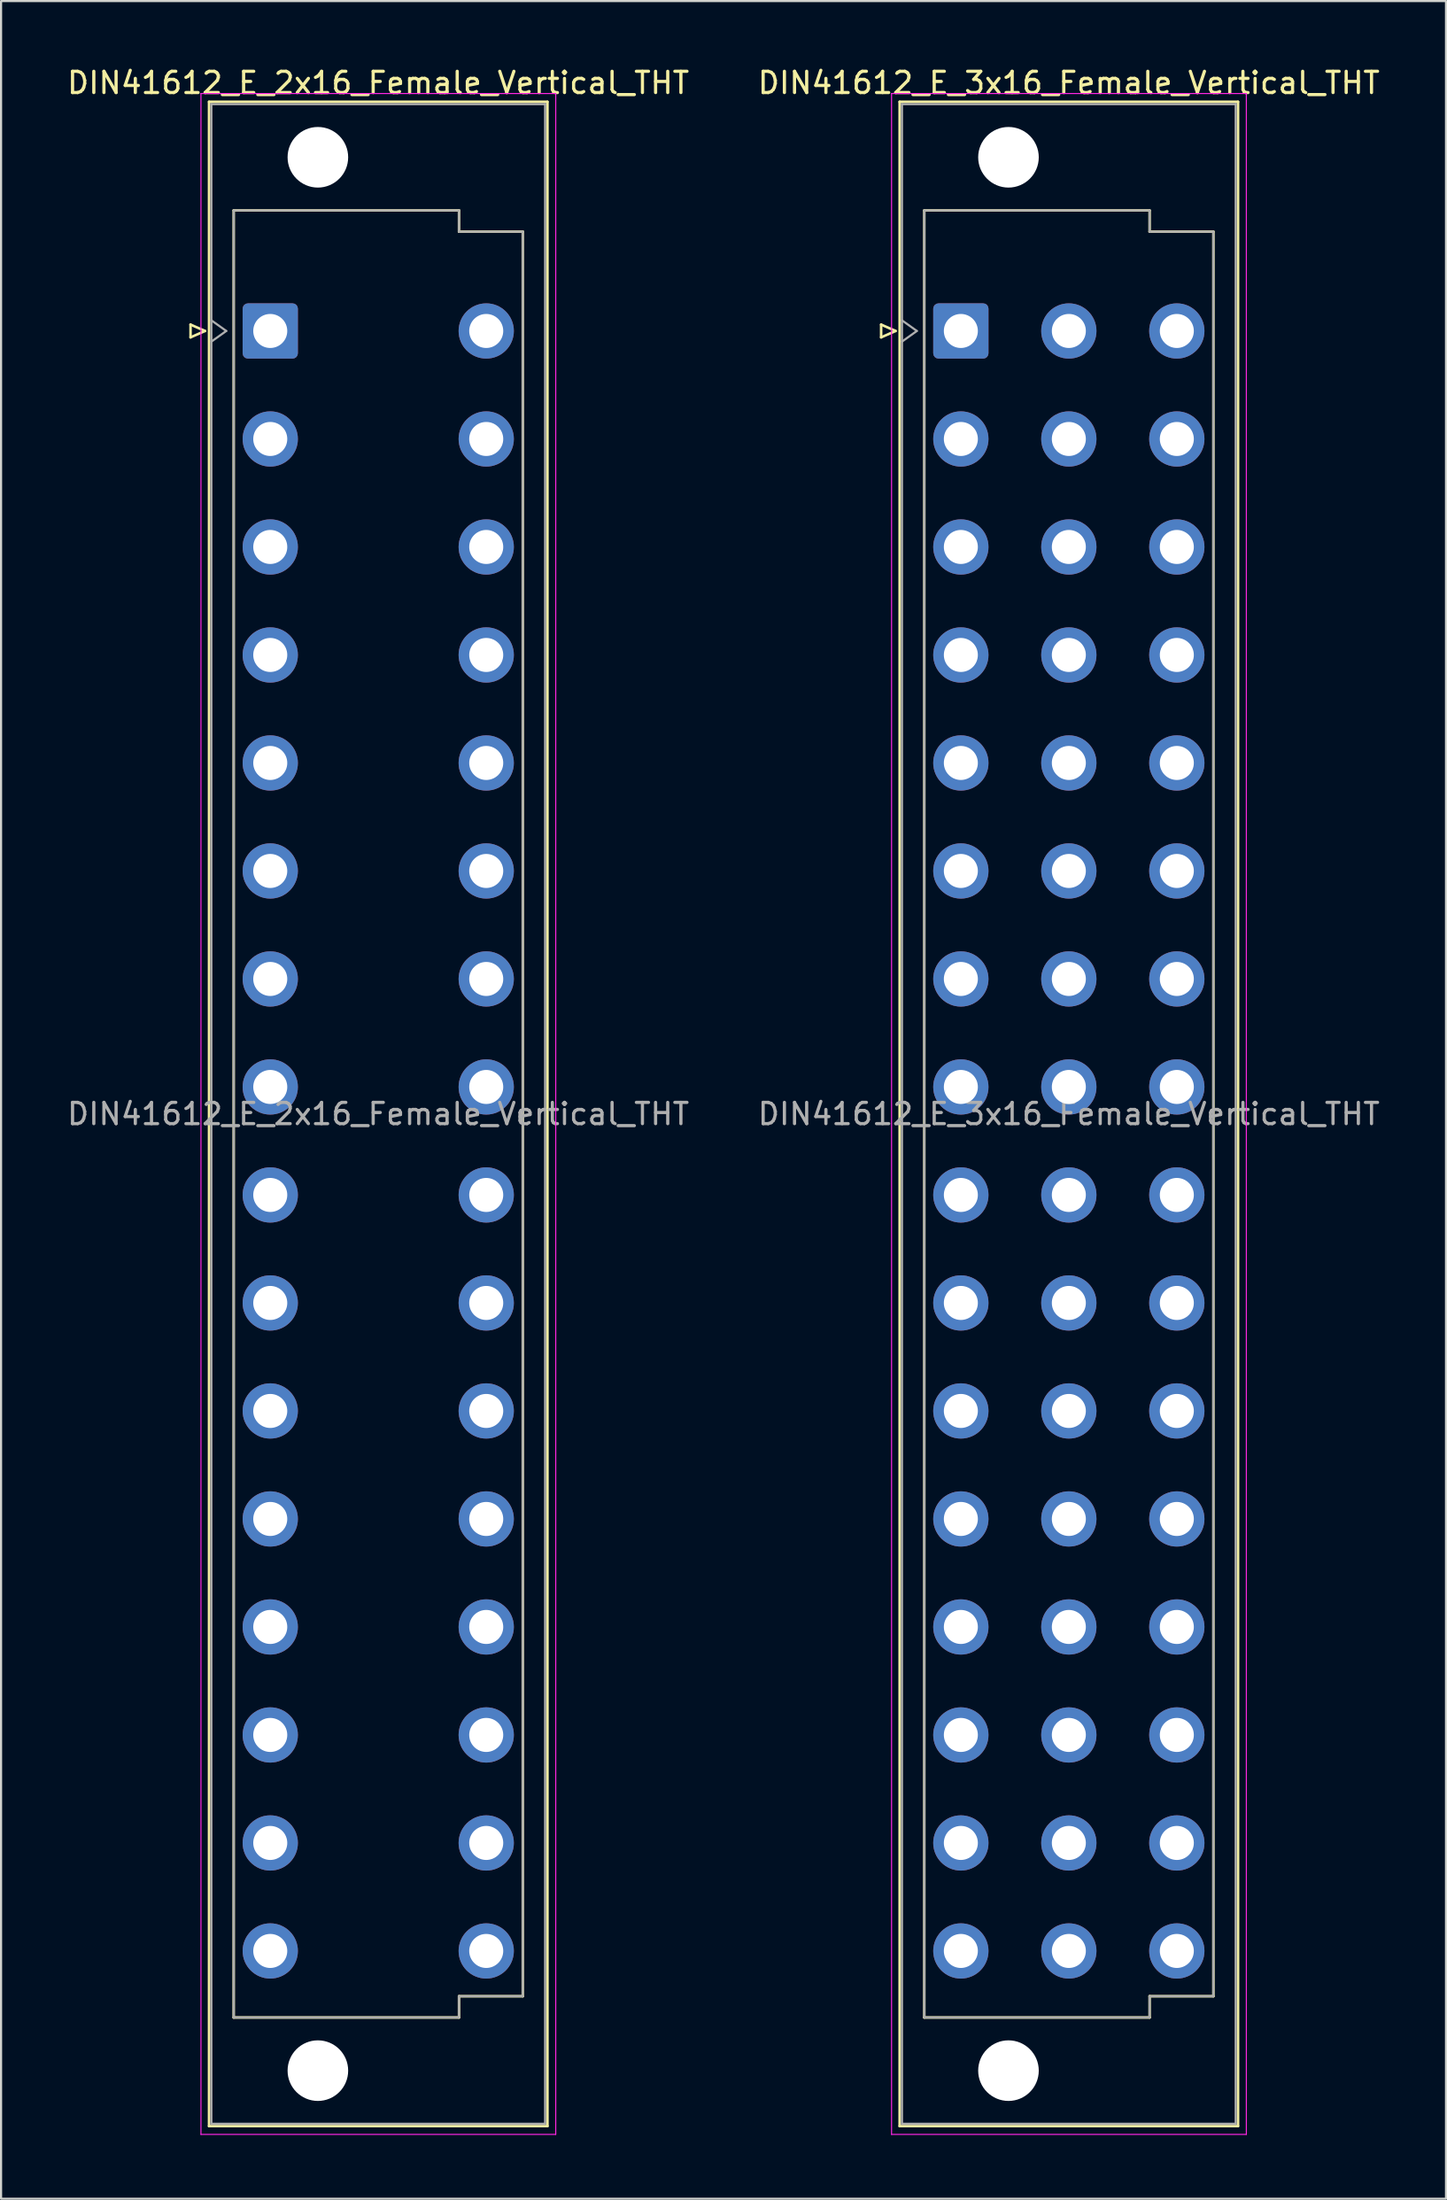
<source format=kicad_pcb>
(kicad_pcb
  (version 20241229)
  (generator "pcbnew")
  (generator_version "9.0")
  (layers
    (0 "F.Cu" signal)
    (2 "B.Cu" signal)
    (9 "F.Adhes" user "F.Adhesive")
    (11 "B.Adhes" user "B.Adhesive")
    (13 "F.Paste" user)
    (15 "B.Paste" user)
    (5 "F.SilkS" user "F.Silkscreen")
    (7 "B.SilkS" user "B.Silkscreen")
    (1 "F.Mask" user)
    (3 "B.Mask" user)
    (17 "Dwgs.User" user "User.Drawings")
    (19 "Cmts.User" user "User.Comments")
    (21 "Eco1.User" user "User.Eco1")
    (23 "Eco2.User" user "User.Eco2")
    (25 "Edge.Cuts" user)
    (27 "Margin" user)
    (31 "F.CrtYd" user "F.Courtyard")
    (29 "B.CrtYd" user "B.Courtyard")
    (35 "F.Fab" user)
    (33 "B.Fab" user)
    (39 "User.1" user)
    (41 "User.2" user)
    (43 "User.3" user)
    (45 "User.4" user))
  (footprint "DIN41612_E_3x16_Female_Vertical_THT"
    (layer "F.Cu")
    (at 42.152 9.978)
    (property "Reference" "DIN41612_E_3x16_Female_Vertical_THT" (at 5.08 -9.13 0) (layer "F.SilkS") (effects (font (size 1 1) (thickness 0.15))))
    (attr through_hole)
    (fp_line (start -3.75 2.24) (end -3.75 2.84) (stroke (width 0.12) (type solid)) (layer "F.SilkS"))
    (fp_line (start -3.75 2.84) (end -3.07 2.54) (stroke (width 0.12) (type solid)) (layer "F.SilkS"))
    (fp_line (start -3.07 2.54) (end -3.75 2.24) (stroke (width 0.12) (type solid)) (layer "F.SilkS"))
    (fp_line (start -2.88 -8.24) (end 13.04 -8.24) (stroke (width 0.12) (type solid)) (layer "F.SilkS"))
    (fp_line (start -2.88 86.98) (end -2.88 -8.24) (stroke (width 0.12) (type solid)) (layer "F.SilkS"))
    (fp_line (start -1.72 -3.131) (end 8.88 -3.131) (stroke (width 0.12) (type solid)) (layer "F.SilkS"))
    (fp_line (start -1.72 81.87) (end -1.72 -3.131) (stroke (width 0.12) (type solid)) (layer "F.SilkS"))
    (fp_line (start 8.88 -3.131) (end 8.88 -2.131) (stroke (width 0.12) (type solid)) (layer "F.SilkS"))
    (fp_line (start 8.88 -2.131) (end 11.88 -2.131) (stroke (width 0.12) (type solid)) (layer "F.SilkS"))
    (fp_line (start 8.88 80.87) (end 8.88 81.87) (stroke (width 0.12) (type solid)) (layer "F.SilkS"))
    (fp_line (start 8.88 81.87) (end -1.72 81.87) (stroke (width 0.12) (type solid)) (layer "F.SilkS"))
    (fp_line (start 11.88 -2.131) (end 11.88 80.87) (stroke (width 0.12) (type solid)) (layer "F.SilkS"))
    (fp_line (start 11.88 80.87) (end 8.88 80.87) (stroke (width 0.12) (type solid)) (layer "F.SilkS"))
    (fp_line (start 13.04 -8.24) (end 13.04 86.98) (stroke (width 0.12) (type solid)) (layer "F.SilkS"))
    (fp_line (start 13.04 86.98) (end -2.88 86.98) (stroke (width 0.12) (type solid)) (layer "F.SilkS"))
    (fp_line (start -3.26 -8.63) (end 13.43 -8.63) (stroke (width 0.05) (type solid)) (layer "F.CrtYd"))
    (fp_line (start -3.26 87.37) (end -3.26 -8.63) (stroke (width 0.05) (type solid)) (layer "F.CrtYd"))
    (fp_line (start 13.43 -8.63) (end 13.43 87.37) (stroke (width 0.05) (type solid)) (layer "F.CrtYd"))
    (fp_line (start 13.43 87.37) (end -3.26 87.37) (stroke (width 0.05) (type solid)) (layer "F.CrtYd"))
    (fp_line (start -2.77 -8.13) (end 12.93 -8.13) (stroke (width 0.1) (type solid)) (layer "F.Fab"))
    (fp_line (start -2.77 2.04) (end -2.07 2.54) (stroke (width 0.1) (type solid)) (layer "F.Fab"))
    (fp_line (start -2.77 86.87) (end -2.77 -8.13) (stroke (width 0.1) (type solid)) (layer "F.Fab"))
    (fp_line (start -2.07 2.54) (end -2.77 3.04) (stroke (width 0.1) (type solid)) (layer "F.Fab"))
    (fp_line (start -1.72 -3.13) (end 8.88 -3.13) (stroke (width 0.1) (type solid)) (layer "F.Fab"))
    (fp_line (start -1.72 81.87) (end -1.72 -3.13) (stroke (width 0.1) (type solid)) (layer "F.Fab"))
    (fp_line (start 8.88 -3.13) (end 8.88 -2.13) (stroke (width 0.1) (type solid)) (layer "F.Fab"))
    (fp_line (start 8.88 -2.13) (end 11.88 -2.13) (stroke (width 0.1) (type solid)) (layer "F.Fab"))
    (fp_line (start 8.88 80.87) (end 8.88 81.87) (stroke (width 0.1) (type solid)) (layer "F.Fab"))
    (fp_line (start 8.88 81.87) (end -1.72 81.87) (stroke (width 0.1) (type solid)) (layer "F.Fab"))
    (fp_line (start 11.88 -2.13) (end 11.88 80.87) (stroke (width 0.1) (type solid)) (layer "F.Fab"))
    (fp_line (start 11.88 80.87) (end 8.88 80.87) (stroke (width 0.1) (type solid)) (layer "F.Fab"))
    (fp_line (start 12.93 -8.13) (end 12.93 86.87) (stroke (width 0.1) (type solid)) (layer "F.Fab"))
    (fp_line (start 12.93 86.87) (end -2.77 86.87) (stroke (width 0.1) (type solid)) (layer "F.Fab"))
    (fp_text user "${REFERENCE}" (at 5.08 39.37 0) (layer "F.Fab") (effects (font (size 1 1) (thickness 0.15))))
    (pad "" np_thru_hole circle (at 2.24 -5.63) (size 2.85 2.85) (drill 2.85) (layers "*.Cu" "*.Mask"))
    (pad "" np_thru_hole circle (at 2.24 84.37) (size 2.85 2.85) (drill 2.85) (layers "*.Cu" "*.Mask"))
    (pad "a2" thru_hole roundrect (at 0 2.54) (size 2.6 2.6) (drill 1.6) (layers "*.Cu" "*.Mask") (roundrect_rratio 0.096))
    (pad "a4" thru_hole circle (at 0 7.62) (size 2.6 2.6) (drill 1.6) (layers "*.Cu" "*.Mask"))
    (pad "a6" thru_hole circle (at 0 12.7) (size 2.6 2.6) (drill 1.6) (layers "*.Cu" "*.Mask"))
    (pad "a8" thru_hole circle (at 0 17.78) (size 2.6 2.6) (drill 1.6) (layers "*.Cu" "*.Mask"))
    (pad "a10" thru_hole circle (at 0 22.86) (size 2.6 2.6) (drill 1.6) (layers "*.Cu" "*.Mask"))
    (pad "a12" thru_hole circle (at 0 27.94) (size 2.6 2.6) (drill 1.6) (layers "*.Cu" "*.Mask"))
    (pad "a14" thru_hole circle (at 0 33.02) (size 2.6 2.6) (drill 1.6) (layers "*.Cu" "*.Mask"))
    (pad "a16" thru_hole circle (at 0 38.1) (size 2.6 2.6) (drill 1.6) (layers "*.Cu" "*.Mask"))
    (pad "a18" thru_hole circle (at 0 43.18) (size 2.6 2.6) (drill 1.6) (layers "*.Cu" "*.Mask"))
    (pad "a20" thru_hole circle (at 0 48.26) (size 2.6 2.6) (drill 1.6) (layers "*.Cu" "*.Mask"))
    (pad "a22" thru_hole circle (at 0 53.34) (size 2.6 2.6) (drill 1.6) (layers "*.Cu" "*.Mask"))
    (pad "a24" thru_hole circle (at 0 58.42) (size 2.6 2.6) (drill 1.6) (layers "*.Cu" "*.Mask"))
    (pad "a26" thru_hole circle (at 0 63.5) (size 2.6 2.6) (drill 1.6) (layers "*.Cu" "*.Mask"))
    (pad "a28" thru_hole circle (at 0 68.58) (size 2.6 2.6) (drill 1.6) (layers "*.Cu" "*.Mask"))
    (pad "a30" thru_hole circle (at 0 73.66) (size 2.6 2.6) (drill 1.6) (layers "*.Cu" "*.Mask"))
    (pad "a32" thru_hole circle (at 0 78.74) (size 2.6 2.6) (drill 1.6) (layers "*.Cu" "*.Mask"))
    (pad "c2" thru_hole circle (at 5.08 2.54) (size 2.6 2.6) (drill 1.6) (layers "*.Cu" "*.Mask"))
    (pad "c4" thru_hole circle (at 5.08 7.62) (size 2.6 2.6) (drill 1.6) (layers "*.Cu" "*.Mask"))
    (pad "c6" thru_hole circle (at 5.08 12.7) (size 2.6 2.6) (drill 1.6) (layers "*.Cu" "*.Mask"))
    (pad "c8" thru_hole circle (at 5.08 17.78) (size 2.6 2.6) (drill 1.6) (layers "*.Cu" "*.Mask"))
    (pad "c10" thru_hole circle (at 5.08 22.86) (size 2.6 2.6) (drill 1.6) (layers "*.Cu" "*.Mask"))
    (pad "c12" thru_hole circle (at 5.08 27.94) (size 2.6 2.6) (drill 1.6) (layers "*.Cu" "*.Mask"))
    (pad "c14" thru_hole circle (at 5.08 33.02) (size 2.6 2.6) (drill 1.6) (layers "*.Cu" "*.Mask"))
    (pad "c16" thru_hole circle (at 5.08 38.1) (size 2.6 2.6) (drill 1.6) (layers "*.Cu" "*.Mask"))
    (pad "c18" thru_hole circle (at 5.08 43.18) (size 2.6 2.6) (drill 1.6) (layers "*.Cu" "*.Mask"))
    (pad "c20" thru_hole circle (at 5.08 48.26) (size 2.6 2.6) (drill 1.6) (layers "*.Cu" "*.Mask"))
    (pad "c22" thru_hole circle (at 5.08 53.34) (size 2.6 2.6) (drill 1.6) (layers "*.Cu" "*.Mask"))
    (pad "c24" thru_hole circle (at 5.08 58.42) (size 2.6 2.6) (drill 1.6) (layers "*.Cu" "*.Mask"))
    (pad "c26" thru_hole circle (at 5.08 63.5) (size 2.6 2.6) (drill 1.6) (layers "*.Cu" "*.Mask"))
    (pad "c28" thru_hole circle (at 5.08 68.58) (size 2.6 2.6) (drill 1.6) (layers "*.Cu" "*.Mask"))
    (pad "c30" thru_hole circle (at 5.08 73.66) (size 2.6 2.6) (drill 1.6) (layers "*.Cu" "*.Mask"))
    (pad "c32" thru_hole circle (at 5.08 78.74) (size 2.6 2.6) (drill 1.6) (layers "*.Cu" "*.Mask"))
    (pad "e2" thru_hole circle (at 10.16 2.54) (size 2.6 2.6) (drill 1.6) (layers "*.Cu" "*.Mask"))
    (pad "e4" thru_hole circle (at 10.16 7.62) (size 2.6 2.6) (drill 1.6) (layers "*.Cu" "*.Mask"))
    (pad "e6" thru_hole circle (at 10.16 12.7) (size 2.6 2.6) (drill 1.6) (layers "*.Cu" "*.Mask"))
    (pad "e8" thru_hole circle (at 10.16 17.78) (size 2.6 2.6) (drill 1.6) (layers "*.Cu" "*.Mask"))
    (pad "e10" thru_hole circle (at 10.16 22.86) (size 2.6 2.6) (drill 1.6) (layers "*.Cu" "*.Mask"))
    (pad "e12" thru_hole circle (at 10.16 27.94) (size 2.6 2.6) (drill 1.6) (layers "*.Cu" "*.Mask"))
    (pad "e14" thru_hole circle (at 10.16 33.02) (size 2.6 2.6) (drill 1.6) (layers "*.Cu" "*.Mask"))
    (pad "e16" thru_hole circle (at 10.16 38.1) (size 2.6 2.6) (drill 1.6) (layers "*.Cu" "*.Mask"))
    (pad "e18" thru_hole circle (at 10.16 43.18) (size 2.6 2.6) (drill 1.6) (layers "*.Cu" "*.Mask"))
    (pad "e20" thru_hole circle (at 10.16 48.26) (size 2.6 2.6) (drill 1.6) (layers "*.Cu" "*.Mask"))
    (pad "e22" thru_hole circle (at 10.16 53.34) (size 2.6 2.6) (drill 1.6) (layers "*.Cu" "*.Mask"))
    (pad "e24" thru_hole circle (at 10.16 58.42) (size 2.6 2.6) (drill 1.6) (layers "*.Cu" "*.Mask"))
    (pad "e26" thru_hole circle (at 10.16 63.5) (size 2.6 2.6) (drill 1.6) (layers "*.Cu" "*.Mask"))
    (pad "e28" thru_hole circle (at 10.16 68.58) (size 2.6 2.6) (drill 1.6) (layers "*.Cu" "*.Mask"))
    (pad "e30" thru_hole circle (at 10.16 73.66) (size 2.6 2.6) (drill 1.6) (layers "*.Cu" "*.Mask"))
    (pad "e32" thru_hole circle (at 10.16 78.74) (size 2.6 2.6) (drill 1.6) (layers "*.Cu" "*.Mask")))
  (footprint "DIN41612_E_2x16_Female_Vertical_THT"
    (layer "F.Cu")
    (at 9.664 9.978)
    (property "Reference" "DIN41612_E_2x16_Female_Vertical_THT" (at 5.08 -9.13 0) (layer "F.SilkS") (effects (font (size 1 1) (thickness 0.15))))
    (attr through_hole)
    (fp_line (start -3.75 2.24) (end -3.75 2.84) (stroke (width 0.12) (type solid)) (layer "F.SilkS"))
    (fp_line (start -3.75 2.84) (end -3.07 2.54) (stroke (width 0.12) (type solid)) (layer "F.SilkS"))
    (fp_line (start -3.07 2.54) (end -3.75 2.24) (stroke (width 0.12) (type solid)) (layer "F.SilkS"))
    (fp_line (start -2.88 -8.24) (end 13.04 -8.24) (stroke (width 0.12) (type solid)) (layer "F.SilkS"))
    (fp_line (start -2.88 86.98) (end -2.88 -8.24) (stroke (width 0.12) (type solid)) (layer "F.SilkS"))
    (fp_line (start -1.72 -3.131) (end 8.88 -3.131) (stroke (width 0.12) (type solid)) (layer "F.SilkS"))
    (fp_line (start -1.72 81.87) (end -1.72 -3.131) (stroke (width 0.12) (type solid)) (layer "F.SilkS"))
    (fp_line (start 8.88 -3.131) (end 8.88 -2.131) (stroke (width 0.12) (type solid)) (layer "F.SilkS"))
    (fp_line (start 8.88 -2.131) (end 11.88 -2.131) (stroke (width 0.12) (type solid)) (layer "F.SilkS"))
    (fp_line (start 8.88 80.87) (end 8.88 81.87) (stroke (width 0.12) (type solid)) (layer "F.SilkS"))
    (fp_line (start 8.88 81.87) (end -1.72 81.87) (stroke (width 0.12) (type solid)) (layer "F.SilkS"))
    (fp_line (start 11.88 -2.131) (end 11.88 80.87) (stroke (width 0.12) (type solid)) (layer "F.SilkS"))
    (fp_line (start 11.88 80.87) (end 8.88 80.87) (stroke (width 0.12) (type solid)) (layer "F.SilkS"))
    (fp_line (start 13.04 -8.24) (end 13.04 86.98) (stroke (width 0.12) (type solid)) (layer "F.SilkS"))
    (fp_line (start 13.04 86.98) (end -2.88 86.98) (stroke (width 0.12) (type solid)) (layer "F.SilkS"))
    (fp_line (start -3.26 -8.63) (end 13.43 -8.63) (stroke (width 0.05) (type solid)) (layer "F.CrtYd"))
    (fp_line (start -3.26 87.37) (end -3.26 -8.63) (stroke (width 0.05) (type solid)) (layer "F.CrtYd"))
    (fp_line (start 13.43 -8.63) (end 13.43 87.37) (stroke (width 0.05) (type solid)) (layer "F.CrtYd"))
    (fp_line (start 13.43 87.37) (end -3.26 87.37) (stroke (width 0.05) (type solid)) (layer "F.CrtYd"))
    (fp_line (start -2.77 -8.13) (end 12.93 -8.13) (stroke (width 0.1) (type solid)) (layer "F.Fab"))
    (fp_line (start -2.77 2.04) (end -2.07 2.54) (stroke (width 0.1) (type solid)) (layer "F.Fab"))
    (fp_line (start -2.77 86.87) (end -2.77 -8.13) (stroke (width 0.1) (type solid)) (layer "F.Fab"))
    (fp_line (start -2.07 2.54) (end -2.77 3.04) (stroke (width 0.1) (type solid)) (layer "F.Fab"))
    (fp_line (start -1.72 -3.13) (end 8.88 -3.13) (stroke (width 0.1) (type solid)) (layer "F.Fab"))
    (fp_line (start -1.72 81.87) (end -1.72 -3.13) (stroke (width 0.1) (type solid)) (layer "F.Fab"))
    (fp_line (start 8.88 -3.13) (end 8.88 -2.13) (stroke (width 0.1) (type solid)) (layer "F.Fab"))
    (fp_line (start 8.88 -2.13) (end 11.88 -2.13) (stroke (width 0.1) (type solid)) (layer "F.Fab"))
    (fp_line (start 8.88 80.87) (end 8.88 81.87) (stroke (width 0.1) (type solid)) (layer "F.Fab"))
    (fp_line (start 8.88 81.87) (end -1.72 81.87) (stroke (width 0.1) (type solid)) (layer "F.Fab"))
    (fp_line (start 11.88 -2.13) (end 11.88 80.87) (stroke (width 0.1) (type solid)) (layer "F.Fab"))
    (fp_line (start 11.88 80.87) (end 8.88 80.87) (stroke (width 0.1) (type solid)) (layer "F.Fab"))
    (fp_line (start 12.93 -8.13) (end 12.93 86.87) (stroke (width 0.1) (type solid)) (layer "F.Fab"))
    (fp_line (start 12.93 86.87) (end -2.77 86.87) (stroke (width 0.1) (type solid)) (layer "F.Fab"))
    (fp_text user "${REFERENCE}" (at 5.08 39.37 0) (layer "F.Fab") (effects (font (size 1 1) (thickness 0.15))))
    (pad "" np_thru_hole circle (at 2.24 -5.63) (size 2.85 2.85) (drill 2.85) (layers "*.Cu" "*.Mask"))
    (pad "" np_thru_hole circle (at 2.24 84.37) (size 2.85 2.85) (drill 2.85) (layers "*.Cu" "*.Mask"))
    (pad "a2" thru_hole roundrect (at 0 2.54) (size 2.6 2.6) (drill 1.6) (layers "*.Cu" "*.Mask") (roundrect_rratio 0.096))
    (pad "a4" thru_hole circle (at 0 7.62) (size 2.6 2.6) (drill 1.6) (layers "*.Cu" "*.Mask"))
    (pad "a6" thru_hole circle (at 0 12.7) (size 2.6 2.6) (drill 1.6) (layers "*.Cu" "*.Mask"))
    (pad "a8" thru_hole circle (at 0 17.78) (size 2.6 2.6) (drill 1.6) (layers "*.Cu" "*.Mask"))
    (pad "a10" thru_hole circle (at 0 22.86) (size 2.6 2.6) (drill 1.6) (layers "*.Cu" "*.Mask"))
    (pad "a12" thru_hole circle (at 0 27.94) (size 2.6 2.6) (drill 1.6) (layers "*.Cu" "*.Mask"))
    (pad "a14" thru_hole circle (at 0 33.02) (size 2.6 2.6) (drill 1.6) (layers "*.Cu" "*.Mask"))
    (pad "a16" thru_hole circle (at 0 38.1) (size 2.6 2.6) (drill 1.6) (layers "*.Cu" "*.Mask"))
    (pad "a18" thru_hole circle (at 0 43.18) (size 2.6 2.6) (drill 1.6) (layers "*.Cu" "*.Mask"))
    (pad "a20" thru_hole circle (at 0 48.26) (size 2.6 2.6) (drill 1.6) (layers "*.Cu" "*.Mask"))
    (pad "a22" thru_hole circle (at 0 53.34) (size 2.6 2.6) (drill 1.6) (layers "*.Cu" "*.Mask"))
    (pad "a24" thru_hole circle (at 0 58.42) (size 2.6 2.6) (drill 1.6) (layers "*.Cu" "*.Mask"))
    (pad "a26" thru_hole circle (at 0 63.5) (size 2.6 2.6) (drill 1.6) (layers "*.Cu" "*.Mask"))
    (pad "a28" thru_hole circle (at 0 68.58) (size 2.6 2.6) (drill 1.6) (layers "*.Cu" "*.Mask"))
    (pad "a30" thru_hole circle (at 0 73.66) (size 2.6 2.6) (drill 1.6) (layers "*.Cu" "*.Mask"))
    (pad "a32" thru_hole circle (at 0 78.74) (size 2.6 2.6) (drill 1.6) (layers "*.Cu" "*.Mask"))
    (pad "e2" thru_hole circle (at 10.16 2.54) (size 2.6 2.6) (drill 1.6) (layers "*.Cu" "*.Mask"))
    (pad "e4" thru_hole circle (at 10.16 7.62) (size 2.6 2.6) (drill 1.6) (layers "*.Cu" "*.Mask"))
    (pad "e6" thru_hole circle (at 10.16 12.7) (size 2.6 2.6) (drill 1.6) (layers "*.Cu" "*.Mask"))
    (pad "e8" thru_hole circle (at 10.16 17.78) (size 2.6 2.6) (drill 1.6) (layers "*.Cu" "*.Mask"))
    (pad "e10" thru_hole circle (at 10.16 22.86) (size 2.6 2.6) (drill 1.6) (layers "*.Cu" "*.Mask"))
    (pad "e12" thru_hole circle (at 10.16 27.94) (size 2.6 2.6) (drill 1.6) (layers "*.Cu" "*.Mask"))
    (pad "e14" thru_hole circle (at 10.16 33.02) (size 2.6 2.6) (drill 1.6) (layers "*.Cu" "*.Mask"))
    (pad "e16" thru_hole circle (at 10.16 38.1) (size 2.6 2.6) (drill 1.6) (layers "*.Cu" "*.Mask"))
    (pad "e18" thru_hole circle (at 10.16 43.18) (size 2.6 2.6) (drill 1.6) (layers "*.Cu" "*.Mask"))
    (pad "e20" thru_hole circle (at 10.16 48.26) (size 2.6 2.6) (drill 1.6) (layers "*.Cu" "*.Mask"))
    (pad "e22" thru_hole circle (at 10.16 53.34) (size 2.6 2.6) (drill 1.6) (layers "*.Cu" "*.Mask"))
    (pad "e24" thru_hole circle (at 10.16 58.42) (size 2.6 2.6) (drill 1.6) (layers "*.Cu" "*.Mask"))
    (pad "e26" thru_hole circle (at 10.16 63.5) (size 2.6 2.6) (drill 1.6) (layers "*.Cu" "*.Mask"))
    (pad "e28" thru_hole circle (at 10.16 68.58) (size 2.6 2.6) (drill 1.6) (layers "*.Cu" "*.Mask"))
    (pad "e30" thru_hole circle (at 10.16 73.66) (size 2.6 2.6) (drill 1.6) (layers "*.Cu" "*.Mask"))
    (pad "e32" thru_hole circle (at 10.16 78.74) (size 2.6 2.6) (drill 1.6) (layers "*.Cu" "*.Mask")))
  (gr_rect
    (start -3 -3)
    (end 64.976 100.373)
    (stroke (width 0.1) (type default))
    (fill no)
    (layer "Edge.Cuts")))
</source>
